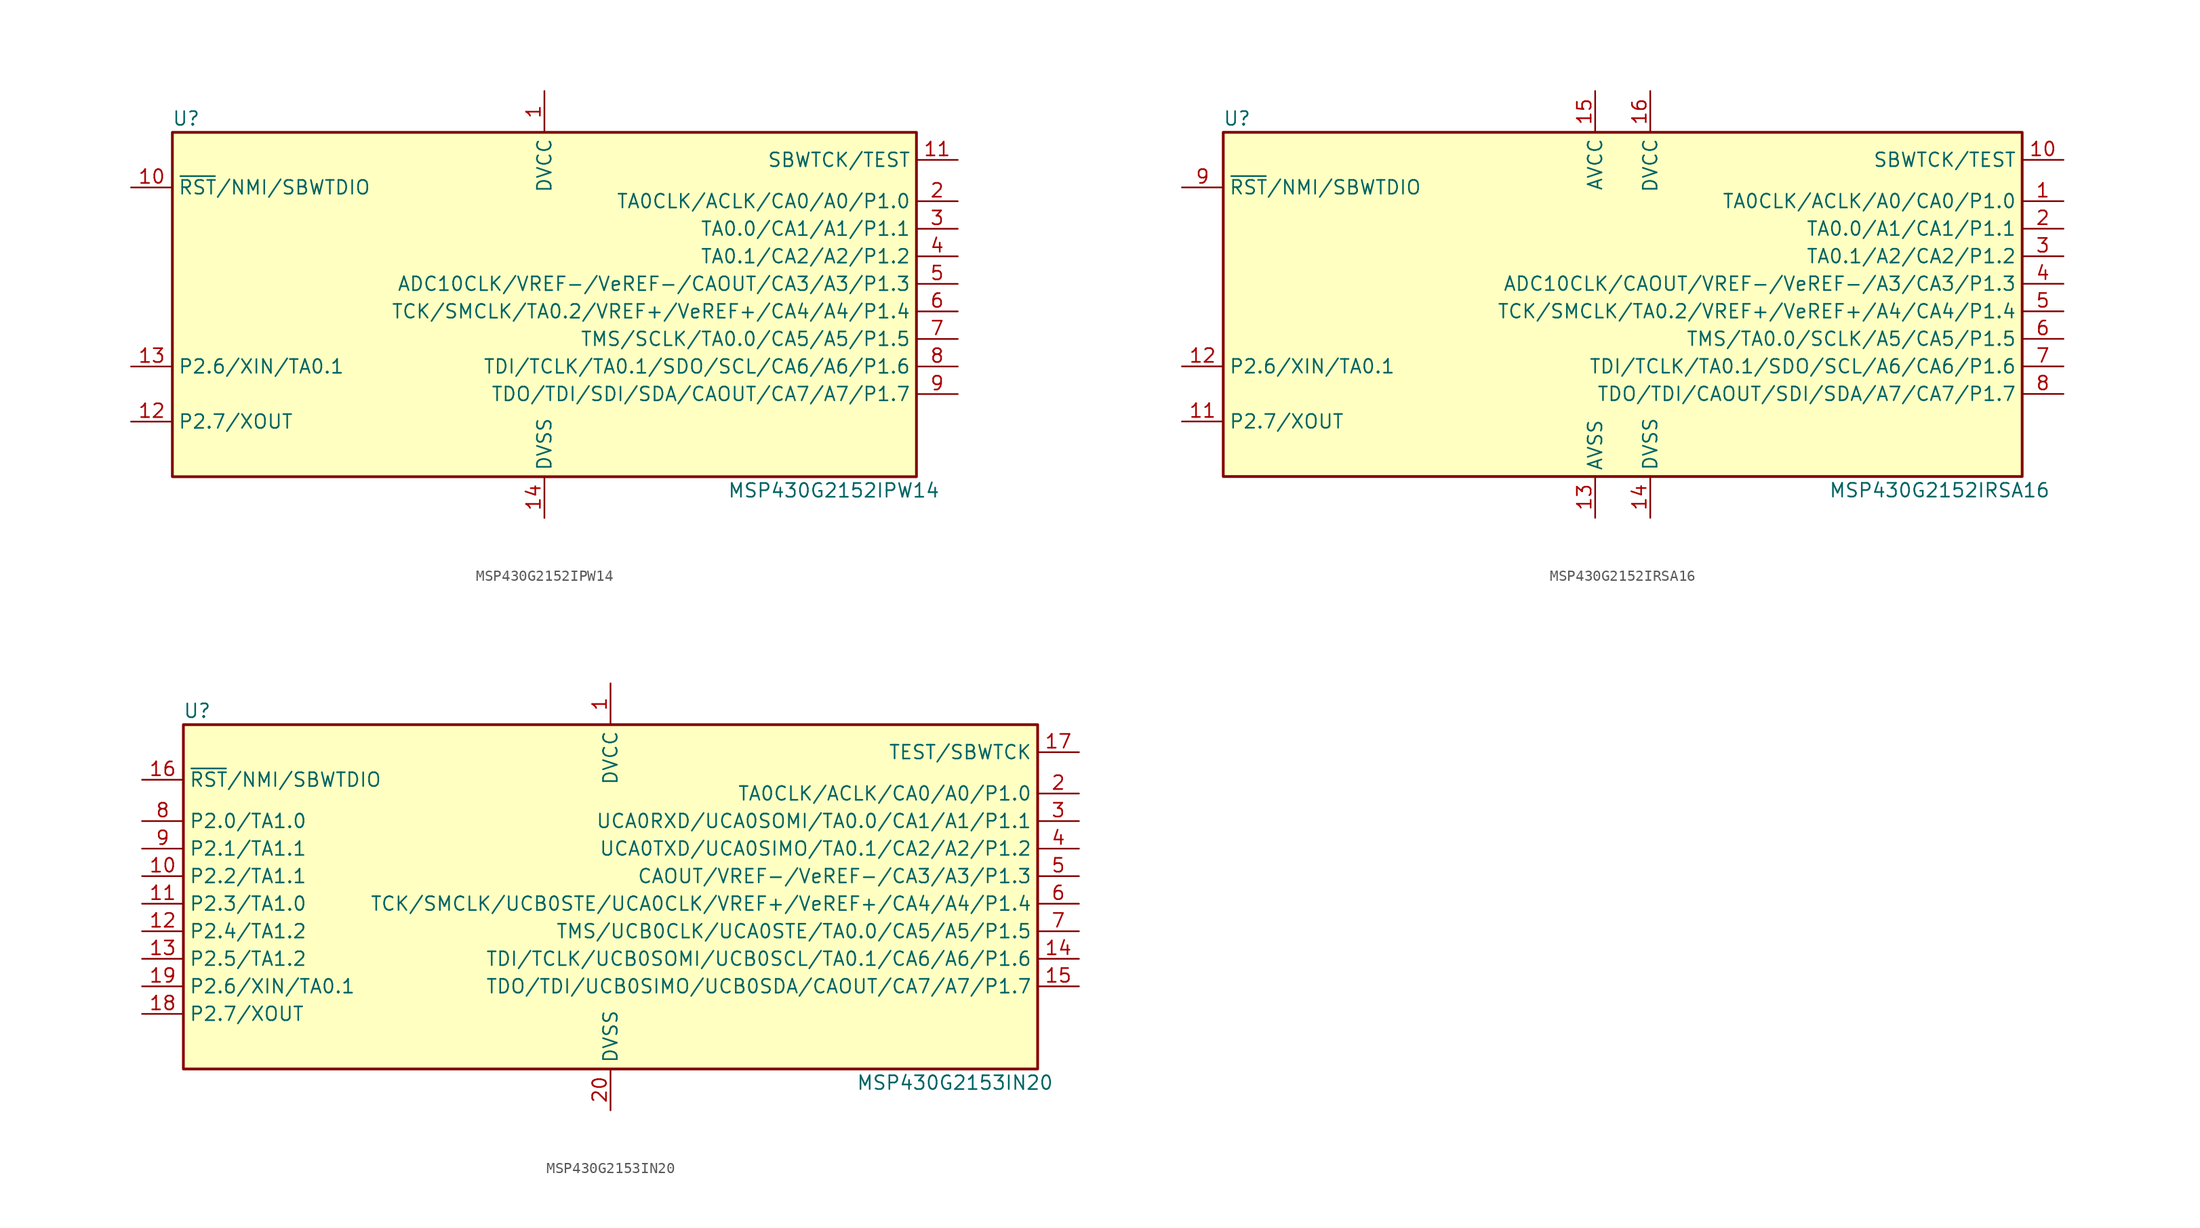
<source format=kicad_sym>
(kicad_symbol_lib
  (version 20231120)
  (generator "kicad_symbol_editor")
  (generator_version "8.0")
  (symbol "MSP430G2152IPW14"
    (property "Reference" "U"
      (at -33.02 17.78 0)
      (effects (font (size 1.27 1.27))))
    (property "Value" "MSP430G2152IPW14"
      (at 26.67 -16.51 0)
      (effects (font (size 1.27 1.27))))
    (symbol "MSP430G2152IPW14_0_1"
      (rectangle (start -34.29 16.51) (end 34.29 -15.24) (stroke (width 0.254) (type default)) (fill (type background))))
    (symbol "MSP430G2152IPW14_1_1"
      (pin power_in line (at 0 20.32 270) (length 3.81) (name "DVCC" (effects (font (size 1.27 1.27)))) (number "1" (effects (font (size 1.27 1.27)))))
      (pin input line (at -38.1 11.43 0) (length 3.81) (name "~{RST}/NMI/SBWTDIO" (effects (font (size 1.27 1.27)))) (number "10" (effects (font (size 1.27 1.27)))))
      (pin input line (at 38.1 13.97 180) (length 3.81) (name "SBWTCK/TEST" (effects (font (size 1.27 1.27)))) (number "11" (effects (font (size 1.27 1.27)))))
      (pin bidirectional line (at -38.1 -10.16 0) (length 3.81) (name "P2.7/XOUT" (effects (font (size 1.27 1.27)))) (number "12" (effects (font (size 1.27 1.27)))))
      (pin bidirectional line (at -38.1 -5.08 0) (length 3.81) (name "P2.6/XIN/TA0.1" (effects (font (size 1.27 1.27)))) (number "13" (effects (font (size 1.27 1.27)))))
      (pin power_in line (at 0 -19.05 90) (length 3.81) (name "DVSS" (effects (font (size 1.27 1.27)))) (number "14" (effects (font (size 1.27 1.27)))))
      (pin bidirectional line (at 38.1 10.16 180) (length 3.81) (name "TA0CLK/ACLK/CA0/A0/P1.0" (effects (font (size 1.27 1.27)))) (number "2" (effects (font (size 1.27 1.27)))))
      (pin bidirectional line (at 38.1 7.62 180) (length 3.81) (name "TA0.0/CA1/A1/P1.1" (effects (font (size 1.27 1.27)))) (number "3" (effects (font (size 1.27 1.27)))))
      (pin bidirectional line (at 38.1 5.08 180) (length 3.81) (name "TA0.1/CA2/A2/P1.2" (effects (font (size 1.27 1.27)))) (number "4" (effects (font (size 1.27 1.27)))))
      (pin bidirectional line (at 38.1 2.54 180) (length 3.81) (name "ADC10CLK/VREF-/VeREF-/CAOUT/CA3/A3/P1.3" (effects (font (size 1.27 1.27)))) (number "5" (effects (font (size 1.27 1.27)))))
      (pin bidirectional line (at 38.1 0 180) (length 3.81) (name "TCK/SMCLK/TA0.2/VREF+/VeREF+/CA4/A4/P1.4" (effects (font (size 1.27 1.27)))) (number "6" (effects (font (size 1.27 1.27)))))
      (pin bidirectional line (at 38.1 -2.54 180) (length 3.81) (name "TMS/SCLK/TA0.0/CA5/A5/P1.5" (effects (font (size 1.27 1.27)))) (number "7" (effects (font (size 1.27 1.27)))))
      (pin bidirectional line (at 38.1 -5.08 180) (length 3.81) (name "TDI/TCLK/TA0.1/SDO/SCL/CA6/A6/P1.6" (effects (font (size 1.27 1.27)))) (number "8" (effects (font (size 1.27 1.27)))))
      (pin bidirectional line (at 38.1 -7.62 180) (length 3.81) (name "TDO/TDI/SDI/SDA/CAOUT/CA7/A7/P1.7" (effects (font (size 1.27 1.27)))) (number "9" (effects (font (size 1.27 1.27)))))))
  (symbol "MSP430G2152IRSA16"
    (property "Reference" "U"
      (at -35.56 17.78 0)
      (effects (font (size 1.27 1.27))))
    (property "Value" "MSP430G2152IRSA16"
      (at 29.21 -16.51 0)
      (effects (font (size 1.27 1.27))))
    (symbol "MSP430G2152IRSA16_0_1"
      (rectangle (start -36.83 16.51) (end 36.83 -15.24) (stroke (width 0.254) (type default)) (fill (type background))))
    (symbol "MSP430G2152IRSA16_1_1"
      (pin bidirectional line (at 40.64 10.16 180) (length 3.81) (name "TA0CLK/ACLK/A0/CA0/P1.0" (effects (font (size 1.27 1.27)))) (number "1" (effects (font (size 1.27 1.27)))))
      (pin input line (at 40.64 13.97 180) (length 3.81) (name "SBWTCK/TEST" (effects (font (size 1.27 1.27)))) (number "10" (effects (font (size 1.27 1.27)))))
      (pin bidirectional line (at -40.64 -10.16 0) (length 3.81) (name "P2.7/XOUT" (effects (font (size 1.27 1.27)))) (number "11" (effects (font (size 1.27 1.27)))))
      (pin bidirectional line (at -40.64 -5.08 0) (length 3.81) (name "P2.6/XIN/TA0.1" (effects (font (size 1.27 1.27)))) (number "12" (effects (font (size 1.27 1.27)))))
      (pin power_in line (at -2.54 -19.05 90) (length 3.81) (name "AVSS" (effects (font (size 1.27 1.27)))) (number "13" (effects (font (size 1.27 1.27)))))
      (pin power_in line (at 2.54 -19.05 90) (length 3.81) (name "DVSS" (effects (font (size 1.27 1.27)))) (number "14" (effects (font (size 1.27 1.27)))))
      (pin power_in line (at -2.54 20.32 270) (length 3.81) (name "AVCC" (effects (font (size 1.27 1.27)))) (number "15" (effects (font (size 1.27 1.27)))))
      (pin power_in line (at 2.54 20.32 270) (length 3.81) (name "DVCC" (effects (font (size 1.27 1.27)))) (number "16" (effects (font (size 1.27 1.27)))))
      (pin bidirectional line (at 40.64 7.62 180) (length 3.81) (name "TA0.0/A1/CA1/P1.1" (effects (font (size 1.27 1.27)))) (number "2" (effects (font (size 1.27 1.27)))))
      (pin bidirectional line (at 40.64 5.08 180) (length 3.81) (name "TA0.1/A2/CA2/P1.2" (effects (font (size 1.27 1.27)))) (number "3" (effects (font (size 1.27 1.27)))))
      (pin bidirectional line (at 40.64 2.54 180) (length 3.81) (name "ADC10CLK/CAOUT/VREF-/VeREF-/A3/CA3/P1.3" (effects (font (size 1.27 1.27)))) (number "4" (effects (font (size 1.27 1.27)))))
      (pin bidirectional line (at 40.64 0 180) (length 3.81) (name "TCK/SMCLK/TA0.2/VREF+/VeREF+/A4/CA4/P1.4" (effects (font (size 1.27 1.27)))) (number "5" (effects (font (size 1.27 1.27)))))
      (pin bidirectional line (at 40.64 -2.54 180) (length 3.81) (name "TMS/TA0.0/SCLK/A5/CA5/P1.5" (effects (font (size 1.27 1.27)))) (number "6" (effects (font (size 1.27 1.27)))))
      (pin bidirectional line (at 40.64 -5.08 180) (length 3.81) (name "TDI/TCLK/TA0.1/SDO/SCL/A6/CA6/P1.6" (effects (font (size 1.27 1.27)))) (number "7" (effects (font (size 1.27 1.27)))))
      (pin bidirectional line (at 40.64 -7.62 180) (length 3.81) (name "TDO/TDI/CAOUT/SDI/SDA/A7/CA7/P1.7" (effects (font (size 1.27 1.27)))) (number "8" (effects (font (size 1.27 1.27)))))
      (pin input line (at -40.64 11.43 0) (length 3.81) (name "~{RST}/NMI/SBWTDIO" (effects (font (size 1.27 1.27)))) (number "9" (effects (font (size 1.27 1.27)))))))
  (symbol "MSP430G2153IN20"
    (property "Reference" "U"
      (at -38.1 17.78 0)
      (effects (font (size 1.27 1.27))))
    (property "Value" "MSP430G2153IN20"
      (at 31.75 -16.51 0)
      (effects (font (size 1.27 1.27))))
    (symbol "MSP430G2153IN20_0_1"
      (rectangle (start -39.37 16.51) (end 39.37 -15.24) (stroke (width 0.254) (type default)) (fill (type background))))
    (symbol "MSP430G2153IN20_1_1"
      (pin power_in line (at 0 20.32 270) (length 3.81) (name "DVCC" (effects (font (size 1.27 1.27)))) (number "1" (effects (font (size 1.27 1.27)))))
      (pin bidirectional line (at -43.18 2.54 0) (length 3.81) (name "P2.2/TA1.1" (effects (font (size 1.27 1.27)))) (number "10" (effects (font (size 1.27 1.27)))))
      (pin bidirectional line (at -43.18 0 0) (length 3.81) (name "P2.3/TA1.0" (effects (font (size 1.27 1.27)))) (number "11" (effects (font (size 1.27 1.27)))))
      (pin bidirectional line (at -43.18 -2.54 0) (length 3.81) (name "P2.4/TA1.2" (effects (font (size 1.27 1.27)))) (number "12" (effects (font (size 1.27 1.27)))))
      (pin bidirectional line (at -43.18 -5.08 0) (length 3.81) (name "P2.5/TA1.2" (effects (font (size 1.27 1.27)))) (number "13" (effects (font (size 1.27 1.27)))))
      (pin bidirectional line (at 43.18 -5.08 180) (length 3.81) (name "TDI/TCLK/UCB0SOMI/UCB0SCL/TA0.1/CA6/A6/P1.6" (effects (font (size 1.27 1.27)))) (number "14" (effects (font (size 1.27 1.27)))))
      (pin bidirectional line (at 43.18 -7.62 180) (length 3.81) (name "TDO/TDI/UCB0SIMO/UCB0SDA/CAOUT/CA7/A7/P1.7" (effects (font (size 1.27 1.27)))) (number "15" (effects (font (size 1.27 1.27)))))
      (pin input line (at -43.18 11.43 0) (length 3.81) (name "~{RST}/NMI/SBWTDIO" (effects (font (size 1.27 1.27)))) (number "16" (effects (font (size 1.27 1.27)))))
      (pin input line (at 43.18 13.97 180) (length 3.81) (name "TEST/SBWTCK" (effects (font (size 1.27 1.27)))) (number "17" (effects (font (size 1.27 1.27)))))
      (pin bidirectional line (at -43.18 -10.16 0) (length 3.81) (name "P2.7/XOUT" (effects (font (size 1.27 1.27)))) (number "18" (effects (font (size 1.27 1.27)))))
      (pin bidirectional line (at -43.18 -7.62 0) (length 3.81) (name "P2.6/XIN/TA0.1" (effects (font (size 1.27 1.27)))) (number "19" (effects (font (size 1.27 1.27)))))
      (pin bidirectional line (at 43.18 10.16 180) (length 3.81) (name "TA0CLK/ACLK/CA0/A0/P1.0" (effects (font (size 1.27 1.27)))) (number "2" (effects (font (size 1.27 1.27)))))
      (pin power_in line (at 0 -19.05 90) (length 3.81) (name "DVSS" (effects (font (size 1.27 1.27)))) (number "20" (effects (font (size 1.27 1.27)))))
      (pin bidirectional line (at 43.18 7.62 180) (length 3.81) (name "UCA0RXD/UCA0SOMI/TA0.0/CA1/A1/P1.1" (effects (font (size 1.27 1.27)))) (number "3" (effects (font (size 1.27 1.27)))))
      (pin bidirectional line (at 43.18 5.08 180) (length 3.81) (name "UCA0TXD/UCA0SIMO/TA0.1/CA2/A2/P1.2" (effects (font (size 1.27 1.27)))) (number "4" (effects (font (size 1.27 1.27)))))
      (pin bidirectional line (at 43.18 2.54 180) (length 3.81) (name "CAOUT/VREF-/VeREF-/CA3/A3/P1.3" (effects (font (size 1.27 1.27)))) (number "5" (effects (font (size 1.27 1.27)))))
      (pin bidirectional line (at 43.18 0 180) (length 3.81) (name "TCK/SMCLK/UCB0STE/UCA0CLK/VREF+/VeREF+/CA4/A4/P1.4" (effects (font (size 1.27 1.27)))) (number "6" (effects (font (size 1.27 1.27)))))
      (pin bidirectional line (at 43.18 -2.54 180) (length 3.81) (name "TMS/UCB0CLK/UCA0STE/TA0.0/CA5/A5/P1.5" (effects (font (size 1.27 1.27)))) (number "7" (effects (font (size 1.27 1.27)))))
      (pin bidirectional line (at -43.18 7.62 0) (length 3.81) (name "P2.0/TA1.0" (effects (font (size 1.27 1.27)))) (number "8" (effects (font (size 1.27 1.27)))))
      (pin bidirectional line (at -43.18 5.08 0) (length 3.81) (name "P2.1/TA1.1" (effects (font (size 1.27 1.27)))) (number "9" (effects (font (size 1.27 1.27))))))))
</source>
